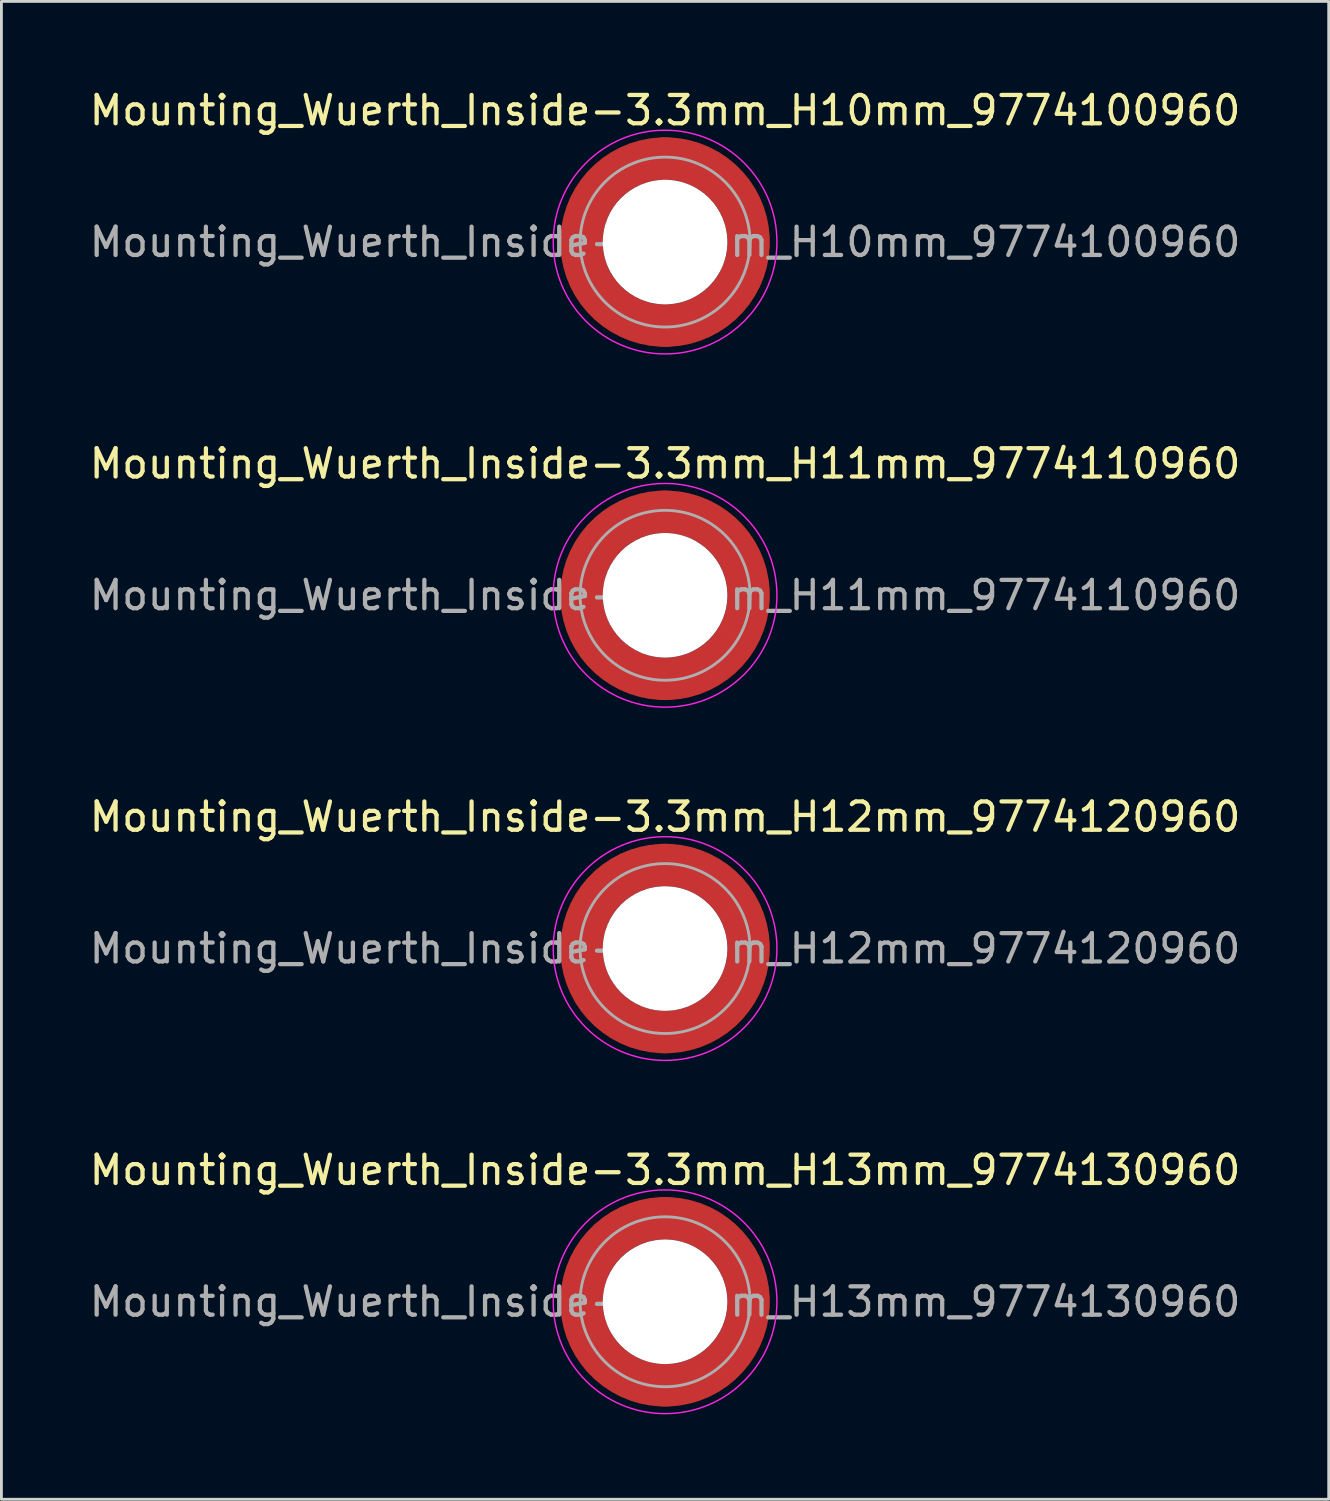
<source format=kicad_pcb>
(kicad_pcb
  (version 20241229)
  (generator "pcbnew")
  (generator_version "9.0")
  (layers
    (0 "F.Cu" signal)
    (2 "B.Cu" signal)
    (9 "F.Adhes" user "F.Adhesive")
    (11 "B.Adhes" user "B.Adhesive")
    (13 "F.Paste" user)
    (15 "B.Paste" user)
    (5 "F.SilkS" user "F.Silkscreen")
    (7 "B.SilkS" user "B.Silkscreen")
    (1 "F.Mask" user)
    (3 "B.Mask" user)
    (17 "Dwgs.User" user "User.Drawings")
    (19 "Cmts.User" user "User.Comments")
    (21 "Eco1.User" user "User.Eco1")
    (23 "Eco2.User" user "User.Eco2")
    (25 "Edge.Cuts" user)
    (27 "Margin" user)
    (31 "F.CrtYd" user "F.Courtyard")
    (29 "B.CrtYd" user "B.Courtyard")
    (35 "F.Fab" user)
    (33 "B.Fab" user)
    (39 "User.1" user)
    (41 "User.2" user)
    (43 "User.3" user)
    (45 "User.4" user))
  (footprint "Mounting_Wuerth_Inside-3.3mm_H12mm_9774120960"
    (layer "F.Cu")
    (at 20.435 30.445)
    (property "Reference" "Mounting_Wuerth_Inside-3.3mm_H12mm_9774120960" (at 0 -4.65 0) (layer "F.SilkS") (effects (font (size 1 1) (thickness 0.15))))
    (attr smd)
    (fp_circle (center 0 0) (end 3.95 0) (stroke (width 0.05) (type solid)) (fill no) (layer "F.CrtYd"))
    (fp_circle (center 0 0) (end 3 0) (stroke (width 0.1) (type solid)) (fill no) (layer "F.Fab"))
    (fp_text user "${REFERENCE}" (at 0 0 0) (layer "F.Fab") (effects (font (size 1 1) (thickness 0.15))))
    (pad "" smd custom (at -2.058 -2.058) (size 1.1 1.1) (layers "F.Paste") (options (anchor circle)) (primitives (gr_arc (start -0.524489 1.532681) (mid 0.194454 0.194454) (end 1.532681 -0.524489) (width 0.55)) (gr_arc (start -0.804569 1.532681) (mid 0 0) (end 1.532681 -0.804569) (width 0.55)) (gr_arc (start -1.083752 1.532681) (mid -0.194454 -0.194454) (end 1.532681 -1.083752) (width 0.55)) (gr_line (start 1.533 -0.524) (end 1.533 -1.084) (width 0.55)) (gr_line (start -0.524 1.533) (end -1.084 1.533) (width 0.55))))
    (pad "" smd custom (at -2.058 2.058) (size 1.1 1.1) (layers "F.Paste") (options (anchor circle)) (primitives (gr_arc (start 1.532681 0.524489) (mid 0.194454 -0.194454) (end -0.524489 -1.532681) (width 0.55)) (gr_arc (start 1.532681 0.804569) (mid 0 0) (end -0.804569 -1.532681) (width 0.55)) (gr_arc (start 1.532681 1.083752) (mid -0.194454 0.194454) (end -1.083752 -1.532681) (width 0.55)) (gr_line (start -0.524 -1.533) (end -1.084 -1.533) (width 0.55)) (gr_line (start 1.533 0.524) (end 1.533 1.084) (width 0.55))))
    (pad "" np_thru_hole circle (at 0 0) (size 4.4 4.4) (drill 4.4) (layers "*.Cu" "*.Mask"))
    (pad "" smd custom (at 2.058 -2.058) (size 1.1 1.1) (layers "F.Paste") (options (anchor circle)) (primitives (gr_arc (start -1.532681 -0.524489) (mid -0.194454 0.194454) (end 0.524489 1.532681) (width 0.55)) (gr_arc (start -1.532681 -0.804569) (mid 0 0) (end 0.804569 1.532681) (width 0.55)) (gr_arc (start -1.532681 -1.083752) (mid 0.194454 -0.194454) (end 1.083752 1.532681) (width 0.55)) (gr_line (start 0.524 1.533) (end 1.084 1.533) (width 0.55)) (gr_line (start -1.533 -0.524) (end -1.533 -1.084) (width 0.55))))
    (pad "" smd custom (at 2.058 2.058) (size 1.1 1.1) (layers "F.Paste") (options (anchor circle)) (primitives (gr_arc (start 0.524489 -1.532681) (mid -0.194454 -0.194454) (end -1.532681 0.524489) (width 0.55)) (gr_arc (start 0.804569 -1.532681) (mid 0 0) (end -1.532681 0.804569) (width 0.55)) (gr_arc (start 1.083752 -1.532681) (mid 0.194454 0.194454) (end -1.532681 1.083752) (width 0.55)) (gr_line (start -1.533 0.524) (end -1.533 1.084) (width 0.55)) (gr_line (start 0.524 -1.533) (end 1.084 -1.533) (width 0.55))))
    (pad "1" smd circle (at -2.95 0) (size 1.5 1.5) (layers "F.Cu"))
    (pad "1" smd circle (at 0 -2.95) (size 1.5 1.5) (layers "F.Cu"))
    (pad "1" smd circle (at 0 2.95) (size 1.5 1.5) (layers "F.Cu"))
    (pad "1" smd custom (at 2.95 0) (size 1.5 1.5) (layers "F.Cu" "F.Mask") (options (anchor circle)) (primitives (gr_circle (center -2.95 0) (end 0 0) (width 1.5) (fill no)))))
  (footprint "Mounting_Wuerth_Inside-3.3mm_H11mm_9774110960"
    (layer "F.Cu")
    (at 20.435 17.971)
    (property "Reference" "Mounting_Wuerth_Inside-3.3mm_H11mm_9774110960" (at 0 -4.65 0) (layer "F.SilkS") (effects (font (size 1 1) (thickness 0.15))))
    (attr smd)
    (fp_circle (center 0 0) (end 3.95 0) (stroke (width 0.05) (type solid)) (fill no) (layer "F.CrtYd"))
    (fp_circle (center 0 0) (end 3 0) (stroke (width 0.1) (type solid)) (fill no) (layer "F.Fab"))
    (fp_text user "${REFERENCE}" (at 0 0 0) (layer "F.Fab") (effects (font (size 1 1) (thickness 0.15))))
    (pad "" smd custom (at -2.058 -2.058) (size 1.1 1.1) (layers "F.Paste") (options (anchor circle)) (primitives (gr_arc (start -0.524489 1.532681) (mid 0.194454 0.194454) (end 1.532681 -0.524489) (width 0.55)) (gr_arc (start -0.804569 1.532681) (mid 0 0) (end 1.532681 -0.804569) (width 0.55)) (gr_arc (start -1.083752 1.532681) (mid -0.194454 -0.194454) (end 1.532681 -1.083752) (width 0.55)) (gr_line (start 1.533 -0.524) (end 1.533 -1.084) (width 0.55)) (gr_line (start -0.524 1.533) (end -1.084 1.533) (width 0.55))))
    (pad "" smd custom (at -2.058 2.058) (size 1.1 1.1) (layers "F.Paste") (options (anchor circle)) (primitives (gr_arc (start 1.532681 0.524489) (mid 0.194454 -0.194454) (end -0.524489 -1.532681) (width 0.55)) (gr_arc (start 1.532681 0.804569) (mid 0 0) (end -0.804569 -1.532681) (width 0.55)) (gr_arc (start 1.532681 1.083752) (mid -0.194454 0.194454) (end -1.083752 -1.532681) (width 0.55)) (gr_line (start -0.524 -1.533) (end -1.084 -1.533) (width 0.55)) (gr_line (start 1.533 0.524) (end 1.533 1.084) (width 0.55))))
    (pad "" np_thru_hole circle (at 0 0) (size 4.4 4.4) (drill 4.4) (layers "*.Cu" "*.Mask"))
    (pad "" smd custom (at 2.058 -2.058) (size 1.1 1.1) (layers "F.Paste") (options (anchor circle)) (primitives (gr_arc (start -1.532681 -0.524489) (mid -0.194454 0.194454) (end 0.524489 1.532681) (width 0.55)) (gr_arc (start -1.532681 -0.804569) (mid 0 0) (end 0.804569 1.532681) (width 0.55)) (gr_arc (start -1.532681 -1.083752) (mid 0.194454 -0.194454) (end 1.083752 1.532681) (width 0.55)) (gr_line (start 0.524 1.533) (end 1.084 1.533) (width 0.55)) (gr_line (start -1.533 -0.524) (end -1.533 -1.084) (width 0.55))))
    (pad "" smd custom (at 2.058 2.058) (size 1.1 1.1) (layers "F.Paste") (options (anchor circle)) (primitives (gr_arc (start 0.524489 -1.532681) (mid -0.194454 -0.194454) (end -1.532681 0.524489) (width 0.55)) (gr_arc (start 0.804569 -1.532681) (mid 0 0) (end -1.532681 0.804569) (width 0.55)) (gr_arc (start 1.083752 -1.532681) (mid 0.194454 0.194454) (end -1.532681 1.083752) (width 0.55)) (gr_line (start -1.533 0.524) (end -1.533 1.084) (width 0.55)) (gr_line (start 0.524 -1.533) (end 1.084 -1.533) (width 0.55))))
    (pad "1" smd circle (at -2.95 0) (size 1.5 1.5) (layers "F.Cu"))
    (pad "1" smd circle (at 0 -2.95) (size 1.5 1.5) (layers "F.Cu"))
    (pad "1" smd circle (at 0 2.95) (size 1.5 1.5) (layers "F.Cu"))
    (pad "1" smd custom (at 2.95 0) (size 1.5 1.5) (layers "F.Cu" "F.Mask") (options (anchor circle)) (primitives (gr_circle (center -2.95 0) (end 0 0) (width 1.5) (fill no)))))
  (footprint "Mounting_Wuerth_Inside-3.3mm_H13mm_9774130960"
    (layer "F.Cu")
    (at 20.435 42.918)
    (property "Reference" "Mounting_Wuerth_Inside-3.3mm_H13mm_9774130960" (at 0 -4.65 0) (layer "F.SilkS") (effects (font (size 1 1) (thickness 0.15))))
    (attr smd)
    (fp_circle (center 0 0) (end 3.95 0) (stroke (width 0.05) (type solid)) (fill no) (layer "F.CrtYd"))
    (fp_circle (center 0 0) (end 3 0) (stroke (width 0.1) (type solid)) (fill no) (layer "F.Fab"))
    (fp_text user "${REFERENCE}" (at 0 0 0) (layer "F.Fab") (effects (font (size 1 1) (thickness 0.15))))
    (pad "" smd custom (at -2.058 -2.058) (size 1.1 1.1) (layers "F.Paste") (options (anchor circle)) (primitives (gr_arc (start -0.524489 1.532681) (mid 0.194454 0.194454) (end 1.532681 -0.524489) (width 0.55)) (gr_arc (start -0.804569 1.532681) (mid 0 0) (end 1.532681 -0.804569) (width 0.55)) (gr_arc (start -1.083752 1.532681) (mid -0.194454 -0.194454) (end 1.532681 -1.083752) (width 0.55)) (gr_line (start 1.533 -0.524) (end 1.533 -1.084) (width 0.55)) (gr_line (start -0.524 1.533) (end -1.084 1.533) (width 0.55))))
    (pad "" smd custom (at -2.058 2.058) (size 1.1 1.1) (layers "F.Paste") (options (anchor circle)) (primitives (gr_arc (start 1.532681 0.524489) (mid 0.194454 -0.194454) (end -0.524489 -1.532681) (width 0.55)) (gr_arc (start 1.532681 0.804569) (mid 0 0) (end -0.804569 -1.532681) (width 0.55)) (gr_arc (start 1.532681 1.083752) (mid -0.194454 0.194454) (end -1.083752 -1.532681) (width 0.55)) (gr_line (start -0.524 -1.533) (end -1.084 -1.533) (width 0.55)) (gr_line (start 1.533 0.524) (end 1.533 1.084) (width 0.55))))
    (pad "" np_thru_hole circle (at 0 0) (size 4.4 4.4) (drill 4.4) (layers "*.Cu" "*.Mask"))
    (pad "" smd custom (at 2.058 -2.058) (size 1.1 1.1) (layers "F.Paste") (options (anchor circle)) (primitives (gr_arc (start -1.532681 -0.524489) (mid -0.194454 0.194454) (end 0.524489 1.532681) (width 0.55)) (gr_arc (start -1.532681 -0.804569) (mid 0 0) (end 0.804569 1.532681) (width 0.55)) (gr_arc (start -1.532681 -1.083752) (mid 0.194454 -0.194454) (end 1.083752 1.532681) (width 0.55)) (gr_line (start 0.524 1.533) (end 1.084 1.533) (width 0.55)) (gr_line (start -1.533 -0.524) (end -1.533 -1.084) (width 0.55))))
    (pad "" smd custom (at 2.058 2.058) (size 1.1 1.1) (layers "F.Paste") (options (anchor circle)) (primitives (gr_arc (start 0.524489 -1.532681) (mid -0.194454 -0.194454) (end -1.532681 0.524489) (width 0.55)) (gr_arc (start 0.804569 -1.532681) (mid 0 0) (end -1.532681 0.804569) (width 0.55)) (gr_arc (start 1.083752 -1.532681) (mid 0.194454 0.194454) (end -1.532681 1.083752) (width 0.55)) (gr_line (start -1.533 0.524) (end -1.533 1.084) (width 0.55)) (gr_line (start 0.524 -1.533) (end 1.084 -1.533) (width 0.55))))
    (pad "1" smd circle (at -2.95 0) (size 1.5 1.5) (layers "F.Cu"))
    (pad "1" smd circle (at 0 -2.95) (size 1.5 1.5) (layers "F.Cu"))
    (pad "1" smd circle (at 0 2.95) (size 1.5 1.5) (layers "F.Cu"))
    (pad "1" smd custom (at 2.95 0) (size 1.5 1.5) (layers "F.Cu" "F.Mask") (options (anchor circle)) (primitives (gr_circle (center -2.95 0) (end 0 0) (width 1.5) (fill no)))))
  (footprint "Mounting_Wuerth_Inside-3.3mm_H10mm_9774100960"
    (layer "F.Cu")
    (at 20.435 5.498)
    (property "Reference" "Mounting_Wuerth_Inside-3.3mm_H10mm_9774100960" (at 0 -4.65 0) (layer "F.SilkS") (effects (font (size 1 1) (thickness 0.15))))
    (attr smd)
    (fp_circle (center 0 0) (end 3.95 0) (stroke (width 0.05) (type solid)) (fill no) (layer "F.CrtYd"))
    (fp_circle (center 0 0) (end 3 0) (stroke (width 0.1) (type solid)) (fill no) (layer "F.Fab"))
    (fp_text user "${REFERENCE}" (at 0 0 0) (layer "F.Fab") (effects (font (size 1 1) (thickness 0.15))))
    (pad "" smd custom (at -2.058 -2.058) (size 1.1 1.1) (layers "F.Paste") (options (anchor circle)) (primitives (gr_arc (start -0.524489 1.532681) (mid 0.194454 0.194454) (end 1.532681 -0.524489) (width 0.55)) (gr_arc (start -0.804569 1.532681) (mid 0 0) (end 1.532681 -0.804569) (width 0.55)) (gr_arc (start -1.083752 1.532681) (mid -0.194454 -0.194454) (end 1.532681 -1.083752) (width 0.55)) (gr_line (start 1.533 -0.524) (end 1.533 -1.084) (width 0.55)) (gr_line (start -0.524 1.533) (end -1.084 1.533) (width 0.55))))
    (pad "" smd custom (at -2.058 2.058) (size 1.1 1.1) (layers "F.Paste") (options (anchor circle)) (primitives (gr_arc (start 1.532681 0.524489) (mid 0.194454 -0.194454) (end -0.524489 -1.532681) (width 0.55)) (gr_arc (start 1.532681 0.804569) (mid 0 0) (end -0.804569 -1.532681) (width 0.55)) (gr_arc (start 1.532681 1.083752) (mid -0.194454 0.194454) (end -1.083752 -1.532681) (width 0.55)) (gr_line (start -0.524 -1.533) (end -1.084 -1.533) (width 0.55)) (gr_line (start 1.533 0.524) (end 1.533 1.084) (width 0.55))))
    (pad "" np_thru_hole circle (at 0 0) (size 4.4 4.4) (drill 4.4) (layers "*.Cu" "*.Mask"))
    (pad "" smd custom (at 2.058 -2.058) (size 1.1 1.1) (layers "F.Paste") (options (anchor circle)) (primitives (gr_arc (start -1.532681 -0.524489) (mid -0.194454 0.194454) (end 0.524489 1.532681) (width 0.55)) (gr_arc (start -1.532681 -0.804569) (mid 0 0) (end 0.804569 1.532681) (width 0.55)) (gr_arc (start -1.532681 -1.083752) (mid 0.194454 -0.194454) (end 1.083752 1.532681) (width 0.55)) (gr_line (start 0.524 1.533) (end 1.084 1.533) (width 0.55)) (gr_line (start -1.533 -0.524) (end -1.533 -1.084) (width 0.55))))
    (pad "" smd custom (at 2.058 2.058) (size 1.1 1.1) (layers "F.Paste") (options (anchor circle)) (primitives (gr_arc (start 0.524489 -1.532681) (mid -0.194454 -0.194454) (end -1.532681 0.524489) (width 0.55)) (gr_arc (start 0.804569 -1.532681) (mid 0 0) (end -1.532681 0.804569) (width 0.55)) (gr_arc (start 1.083752 -1.532681) (mid 0.194454 0.194454) (end -1.532681 1.083752) (width 0.55)) (gr_line (start -1.533 0.524) (end -1.533 1.084) (width 0.55)) (gr_line (start 0.524 -1.533) (end 1.084 -1.533) (width 0.55))))
    (pad "1" smd circle (at -2.95 0) (size 1.5 1.5) (layers "F.Cu"))
    (pad "1" smd circle (at 0 -2.95) (size 1.5 1.5) (layers "F.Cu"))
    (pad "1" smd circle (at 0 2.95) (size 1.5 1.5) (layers "F.Cu"))
    (pad "1" smd custom (at 2.95 0) (size 1.5 1.5) (layers "F.Cu" "F.Mask") (options (anchor circle)) (primitives (gr_circle (center -2.95 0) (end 0 0) (width 1.5) (fill no)))))
  (gr_rect
    (start -3 -3)
    (end 43.869 49.893)
    (stroke (width 0.1) (type default))
    (fill no)
    (layer "Edge.Cuts")))
</source>
